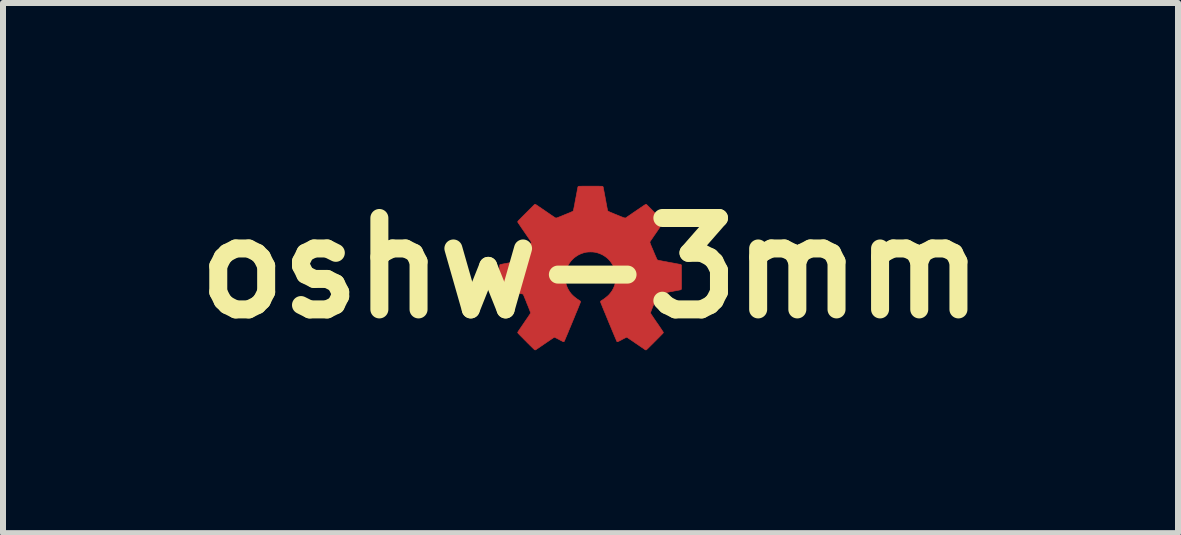
<source format=kicad_pcb>
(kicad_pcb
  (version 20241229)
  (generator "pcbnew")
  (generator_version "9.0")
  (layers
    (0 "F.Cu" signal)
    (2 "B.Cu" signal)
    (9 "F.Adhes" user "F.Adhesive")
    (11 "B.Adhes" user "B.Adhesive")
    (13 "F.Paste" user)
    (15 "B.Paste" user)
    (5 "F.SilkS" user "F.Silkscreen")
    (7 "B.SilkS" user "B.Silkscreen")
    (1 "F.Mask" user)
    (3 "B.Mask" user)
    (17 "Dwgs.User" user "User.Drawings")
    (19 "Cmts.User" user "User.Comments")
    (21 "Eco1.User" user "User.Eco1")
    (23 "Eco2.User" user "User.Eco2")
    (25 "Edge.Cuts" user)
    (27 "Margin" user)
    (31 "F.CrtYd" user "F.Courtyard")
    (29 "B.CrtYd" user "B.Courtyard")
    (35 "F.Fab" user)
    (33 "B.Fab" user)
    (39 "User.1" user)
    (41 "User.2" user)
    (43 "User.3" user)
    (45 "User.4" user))
  (footprint "oshw-3mm"
    (layer "F.Cu")
    (at 6.793 1.418)
    (property "Reference" "oshw-3mm" (at 0 0 0) (layer "F.SilkS") (effects (font (size 1.524 1.524) (thickness 0.3))))
    (attr through_hole)
    (fp_poly (pts (xy 0.032 -1.365) (xy 0.06 -1.365) (xy 0.084 -1.365) (xy 0.106 -1.365) (xy 0.124 -1.365) (xy 0.14 -1.365) (xy 0.154 -1.364) (xy 0.165 -1.364) (xy 0.174 -1.364) (xy 0.182 -1.364) (xy 0.188 -1.364) (xy 0.192 -1.363) (xy 0.196 -1.363) (xy 0.198 -1.363) (xy 0.2 -1.362) (xy 0.201 -1.362) (xy 0.202 -1.361) (xy 0.207 -1.357) (xy 0.21 -1.352) (xy 0.21 -1.352) (xy 0.211 -1.35) (xy 0.212 -1.344) (xy 0.214 -1.334) (xy 0.216 -1.322) (xy 0.219 -1.307) (xy 0.222 -1.29) (xy 0.226 -1.27) (xy 0.23 -1.249) (xy 0.234 -1.226) (xy 0.239 -1.201) (xy 0.244 -1.176) (xy 0.246 -1.162) (xy 0.251 -1.136) (xy 0.256 -1.111) (xy 0.26 -1.086) (xy 0.265 -1.064) (xy 0.268 -1.043) (xy 0.272 -1.024) (xy 0.275 -1.007) (xy 0.278 -0.993) (xy 0.28 -0.982) (xy 0.281 -0.973) (xy 0.282 -0.968) (xy 0.283 -0.967) (xy 0.283 -0.964) (xy 0.284 -0.961) (xy 0.285 -0.958) (xy 0.286 -0.955) (xy 0.288 -0.953) (xy 0.291 -0.95) (xy 0.296 -0.947) (xy 0.301 -0.944) (xy 0.308 -0.94) (xy 0.318 -0.936) (xy 0.329 -0.931) (xy 0.342 -0.925) (xy 0.358 -0.919) (xy 0.377 -0.911) (xy 0.398 -0.902) (xy 0.423 -0.892) (xy 0.431 -0.889) (xy 0.457 -0.878) (xy 0.48 -0.869) (xy 0.499 -0.861) (xy 0.516 -0.854) (xy 0.53 -0.849) (xy 0.543 -0.844) (xy 0.553 -0.84) (xy 0.561 -0.838) (xy 0.568 -0.836) (xy 0.573 -0.835) (xy 0.578 -0.834) (xy 0.582 -0.835) (xy 0.585 -0.836) (xy 0.588 -0.837) (xy 0.591 -0.839) (xy 0.594 -0.841) (xy 0.596 -0.843) (xy 0.6 -0.845) (xy 0.606 -0.849) (xy 0.615 -0.856) (xy 0.626 -0.863) (xy 0.64 -0.873) (xy 0.655 -0.883) (xy 0.673 -0.895) (xy 0.691 -0.908) (xy 0.711 -0.922) (xy 0.732 -0.936) (xy 0.754 -0.951) (xy 0.762 -0.957) (xy 0.788 -0.974) (xy 0.81 -0.989) (xy 0.83 -1.003) (xy 0.847 -1.014) (xy 0.862 -1.024) (xy 0.874 -1.033) (xy 0.885 -1.04) (xy 0.894 -1.046) (xy 0.901 -1.051) (xy 0.907 -1.054) (xy 0.911 -1.057) (xy 0.915 -1.059) (xy 0.918 -1.06) (xy 0.92 -1.061) (xy 0.922 -1.061) (xy 0.923 -1.061) (xy 0.923 -1.061) (xy 0.932 -1.061) (xy 1.072 -0.921) (xy 1.095 -0.898) (xy 1.115 -0.878) (xy 1.132 -0.861) (xy 1.148 -0.845) (xy 1.161 -0.832) (xy 1.172 -0.82) (xy 1.182 -0.811) (xy 1.19 -0.803) (xy 1.196 -0.796) (xy 1.201 -0.79) (xy 1.205 -0.786) (xy 1.208 -0.782) (xy 1.21 -0.78) (xy 1.212 -0.777) (xy 1.213 -0.776) (xy 1.213 -0.774) (xy 1.213 -0.773) (xy 1.213 -0.772) (xy 1.212 -0.766) (xy 1.21 -0.76) (xy 1.21 -0.759) (xy 1.208 -0.757) (xy 1.204 -0.751) (xy 1.199 -0.743) (xy 1.192 -0.733) (xy 1.183 -0.72) (xy 1.173 -0.706) (xy 1.162 -0.69) (xy 1.15 -0.672) (xy 1.137 -0.653) (xy 1.123 -0.632) (xy 1.109 -0.611) (xy 1.107 -0.608) (xy 1.092 -0.587) (xy 1.078 -0.566) (xy 1.064 -0.547) (xy 1.051 -0.528) (xy 1.04 -0.511) (xy 1.029 -0.495) (xy 1.02 -0.482) (xy 1.012 -0.47) (xy 1.005 -0.461) (xy 1.001 -0.454) (xy 0.998 -0.451) (xy 0.998 -0.45) (xy 0.996 -0.447) (xy 0.994 -0.444) (xy 0.992 -0.441) (xy 0.991 -0.438) (xy 0.99 -0.435) (xy 0.99 -0.431) (xy 0.99 -0.426) (xy 0.992 -0.42) (xy 0.994 -0.413) (xy 0.997 -0.405) (xy 1.001 -0.394) (xy 1.006 -0.382) (xy 1.012 -0.367) (xy 1.019 -0.35) (xy 1.028 -0.33) (xy 1.038 -0.307) (xy 1.047 -0.285) (xy 1.056 -0.263) (xy 1.065 -0.243) (xy 1.073 -0.223) (xy 1.081 -0.205) (xy 1.088 -0.189) (xy 1.094 -0.175) (xy 1.099 -0.163) (xy 1.103 -0.154) (xy 1.106 -0.148) (xy 1.108 -0.145) (xy 1.108 -0.144) (xy 1.111 -0.139) (xy 1.116 -0.135) (xy 1.116 -0.135) (xy 1.117 -0.134) (xy 1.118 -0.133) (xy 1.119 -0.133) (xy 1.121 -0.132) (xy 1.123 -0.132) (xy 1.126 -0.131) (xy 1.129 -0.13) (xy 1.134 -0.129) (xy 1.141 -0.127) (xy 1.149 -0.126) (xy 1.159 -0.124) (xy 1.171 -0.122) (xy 1.185 -0.119) (xy 1.201 -0.116) (xy 1.22 -0.112) (xy 1.242 -0.108) (xy 1.267 -0.104) (xy 1.296 -0.098) (xy 1.327 -0.092) (xy 1.345 -0.089) (xy 1.368 -0.085) (xy 1.39 -0.081) (xy 1.411 -0.077) (xy 1.43 -0.073) (xy 1.448 -0.07) (xy 1.463 -0.067) (xy 1.476 -0.065) (xy 1.487 -0.063) (xy 1.494 -0.061) (xy 1.497 -0.061) (xy 1.498 -0.061) (xy 1.504 -0.058) (xy 1.51 -0.055) (xy 1.511 -0.054) (xy 1.515 -0.049) (xy 1.516 0.149) (xy 1.516 0.181) (xy 1.516 0.209) (xy 1.516 0.234) (xy 1.516 0.256) (xy 1.516 0.275) (xy 1.516 0.291) (xy 1.516 0.304) (xy 1.516 0.316) (xy 1.516 0.325) (xy 1.516 0.333) (xy 1.515 0.339) (xy 1.515 0.343) (xy 1.515 0.347) (xy 1.514 0.349) (xy 1.514 0.351) (xy 1.513 0.352) (xy 1.513 0.354) (xy 1.513 0.354) (xy 1.508 0.359) (xy 1.503 0.362) (xy 1.5 0.362) (xy 1.494 0.364) (xy 1.484 0.366) (xy 1.472 0.368) (xy 1.458 0.371) (xy 1.441 0.374) (xy 1.422 0.378) (xy 1.403 0.381) (xy 1.382 0.385) (xy 1.373 0.387) (xy 1.339 0.393) (xy 1.308 0.399) (xy 1.28 0.404) (xy 1.255 0.409) (xy 1.234 0.413) (xy 1.215 0.416) (xy 1.198 0.419) (xy 1.184 0.422) (xy 1.173 0.424) (xy 1.163 0.426) (xy 1.155 0.428) (xy 1.148 0.429) (xy 1.143 0.43) (xy 1.139 0.431) (xy 1.136 0.431) (xy 1.134 0.432) (xy 1.133 0.432) (xy 1.132 0.432) (xy 1.127 0.435) (xy 1.122 0.44) (xy 1.121 0.44) (xy 1.12 0.442) (xy 1.117 0.448) (xy 1.114 0.457) (xy 1.109 0.469) (xy 1.103 0.483) (xy 1.096 0.499) (xy 1.088 0.518) (xy 1.08 0.538) (xy 1.071 0.559) (xy 1.062 0.582) (xy 1.058 0.594) (xy 1.047 0.62) (xy 1.038 0.643) (xy 1.03 0.663) (xy 1.023 0.68) (xy 1.017 0.694) (xy 1.013 0.707) (xy 1.009 0.717) (xy 1.006 0.725) (xy 1.004 0.731) (xy 1.002 0.737) (xy 1.001 0.741) (xy 1 0.744) (xy 1 0.746) (xy 1 0.748) (xy 1 0.749) (xy 1 0.75) (xy 1.001 0.753) (xy 1.002 0.756) (xy 1.005 0.76) (xy 1.009 0.766) (xy 1.013 0.774) (xy 1.019 0.783) (xy 1.027 0.794) (xy 1.036 0.807) (xy 1.046 0.823) (xy 1.058 0.841) (xy 1.072 0.861) (xy 1.088 0.885) (xy 1.106 0.911) (xy 1.107 0.912) (xy 1.122 0.933) (xy 1.136 0.954) (xy 1.15 0.974) (xy 1.162 0.993) (xy 1.174 1.01) (xy 1.184 1.025) (xy 1.193 1.039) (xy 1.2 1.05) (xy 1.206 1.059) (xy 1.21 1.065) (xy 1.212 1.069) (xy 1.213 1.07) (xy 1.213 1.076) (xy 1.212 1.08) (xy 1.211 1.082) (xy 1.207 1.087) (xy 1.201 1.094) (xy 1.192 1.103) (xy 1.18 1.115) (xy 1.166 1.129) (xy 1.15 1.146) (xy 1.131 1.165) (xy 1.109 1.187) (xy 1.085 1.212) (xy 1.074 1.222) (xy 1.055 1.241) (xy 1.037 1.26) (xy 1.019 1.277) (xy 1.003 1.293) (xy 0.988 1.308) (xy 0.974 1.322) (xy 0.962 1.334) (xy 0.952 1.344) (xy 0.943 1.352) (xy 0.937 1.358) (xy 0.933 1.361) (xy 0.932 1.362) (xy 0.925 1.365) (xy 0.917 1.364) (xy 0.908 1.36) (xy 0.907 1.358) (xy 0.904 1.356) (xy 0.898 1.353) (xy 0.89 1.347) (xy 0.879 1.339) (xy 0.866 1.33) (xy 0.851 1.32) (xy 0.834 1.309) (xy 0.816 1.296) (xy 0.797 1.283) (xy 0.777 1.269) (xy 0.758 1.257) (xy 0.737 1.242) (xy 0.718 1.229) (xy 0.699 1.216) (xy 0.681 1.204) (xy 0.665 1.193) (xy 0.65 1.183) (xy 0.638 1.175) (xy 0.627 1.168) (xy 0.62 1.162) (xy 0.614 1.159) (xy 0.612 1.158) (xy 0.603 1.155) (xy 0.599 1.155) (xy 0.595 1.156) (xy 0.588 1.159) (xy 0.579 1.164) (xy 0.567 1.169) (xy 0.553 1.177) (xy 0.536 1.185) (xy 0.524 1.192) (xy 0.506 1.202) (xy 0.491 1.209) (xy 0.479 1.216) (xy 0.469 1.22) (xy 0.461 1.224) (xy 0.455 1.226) (xy 0.45 1.228) (xy 0.447 1.228) (xy 0.444 1.227) (xy 0.442 1.226) (xy 0.44 1.225) (xy 0.439 1.223) (xy 0.436 1.217) (xy 0.432 1.208) (xy 0.427 1.196) (xy 0.421 1.181) (xy 0.413 1.163) (xy 0.404 1.142) (xy 0.394 1.118) (xy 0.383 1.092) (xy 0.371 1.063) (xy 0.358 1.032) (xy 0.344 0.998) (xy 0.329 0.962) (xy 0.313 0.924) (xy 0.3 0.893) (xy 0.284 0.853) (xy 0.269 0.817) (xy 0.255 0.783) (xy 0.243 0.753) (xy 0.231 0.726) (xy 0.221 0.701) (xy 0.212 0.679) (xy 0.204 0.66) (xy 0.197 0.642) (xy 0.191 0.627) (xy 0.186 0.614) (xy 0.181 0.603) (xy 0.177 0.593) (xy 0.174 0.585) (xy 0.172 0.579) (xy 0.17 0.573) (xy 0.168 0.569) (xy 0.167 0.566) (xy 0.167 0.563) (xy 0.167 0.561) (xy 0.166 0.56) (xy 0.167 0.559) (xy 0.167 0.558) (xy 0.169 0.554) (xy 0.171 0.55) (xy 0.176 0.547) (xy 0.182 0.542) (xy 0.191 0.536) (xy 0.192 0.536) (xy 0.201 0.53) (xy 0.211 0.524) (xy 0.22 0.518) (xy 0.221 0.517) (xy 0.228 0.511) (xy 0.237 0.505) (xy 0.246 0.498) (xy 0.252 0.493) (xy 0.283 0.468) (xy 0.312 0.44) (xy 0.337 0.409) (xy 0.36 0.377) (xy 0.364 0.369) (xy 0.382 0.337) (xy 0.396 0.303) (xy 0.408 0.267) (xy 0.417 0.23) (xy 0.421 0.203) (xy 0.422 0.189) (xy 0.423 0.172) (xy 0.423 0.154) (xy 0.422 0.136) (xy 0.421 0.118) (xy 0.42 0.102) (xy 0.419 0.093) (xy 0.411 0.054) (xy 0.4 0.016) (xy 0.386 -0.021) (xy 0.368 -0.055) (xy 0.347 -0.088) (xy 0.324 -0.119) (xy 0.298 -0.148) (xy 0.269 -0.174) (xy 0.237 -0.197) (xy 0.203 -0.218) (xy 0.187 -0.226) (xy 0.151 -0.242) (xy 0.115 -0.254) (xy 0.078 -0.263) (xy 0.039 -0.268) (xy 0 -0.269) (xy -0.034 -0.268) (xy -0.066 -0.265) (xy -0.097 -0.259) (xy -0.128 -0.25) (xy -0.133 -0.248) (xy -0.17 -0.234) (xy -0.205 -0.217) (xy -0.238 -0.196) (xy -0.27 -0.173) (xy -0.298 -0.147) (xy -0.325 -0.118) (xy -0.348 -0.088) (xy -0.369 -0.055) (xy -0.386 -0.02) (xy -0.401 0.017) (xy -0.401 0.018) (xy -0.409 0.045) (xy -0.416 0.072) (xy -0.42 0.098) (xy -0.422 0.126) (xy -0.423 0.155) (xy -0.422 0.184) (xy -0.42 0.21) (xy -0.416 0.235) (xy -0.41 0.261) (xy -0.402 0.286) (xy -0.388 0.324) (xy -0.37 0.359) (xy -0.349 0.393) (xy -0.326 0.424) (xy -0.299 0.453) (xy -0.269 0.48) (xy -0.252 0.493) (xy -0.244 0.5) (xy -0.235 0.506) (xy -0.228 0.512) (xy -0.224 0.515) (xy -0.217 0.519) (xy -0.209 0.525) (xy -0.2 0.53) (xy -0.195 0.534) (xy -0.185 0.54) (xy -0.178 0.545) (xy -0.173 0.549) (xy -0.17 0.552) (xy -0.168 0.556) (xy -0.167 0.558) (xy -0.167 0.559) (xy -0.166 0.561) (xy -0.167 0.562) (xy -0.167 0.564) (xy -0.168 0.567) (xy -0.169 0.571) (xy -0.171 0.576) (xy -0.173 0.582) (xy -0.176 0.589) (xy -0.179 0.598) (xy -0.183 0.608) (xy -0.188 0.62) (xy -0.194 0.634) (xy -0.2 0.651) (xy -0.208 0.669) (xy -0.216 0.69) (xy -0.226 0.713) (xy -0.237 0.739) (xy -0.249 0.768) (xy -0.262 0.8) (xy -0.276 0.835) (xy -0.292 0.873) (xy -0.3 0.893) (xy -0.317 0.933) (xy -0.332 0.97) (xy -0.347 1.005) (xy -0.361 1.038) (xy -0.373 1.069) (xy -0.385 1.097) (xy -0.396 1.123) (xy -0.406 1.146) (xy -0.414 1.166) (xy -0.422 1.184) (xy -0.428 1.199) (xy -0.433 1.21) (xy -0.437 1.218) (xy -0.439 1.223) (xy -0.44 1.225) (xy -0.445 1.227) (xy -0.45 1.228) (xy -0.453 1.227) (xy -0.46 1.225) (xy -0.47 1.22) (xy -0.483 1.213) (xy -0.499 1.205) (xy -0.518 1.195) (xy -0.523 1.192) (xy -0.538 1.184) (xy -0.552 1.177) (xy -0.565 1.17) (xy -0.576 1.165) (xy -0.585 1.16) (xy -0.592 1.157) (xy -0.596 1.155) (xy -0.597 1.155) (xy -0.603 1.155) (xy -0.608 1.156) (xy -0.611 1.157) (xy -0.616 1.161) (xy -0.624 1.166) (xy -0.634 1.173) (xy -0.647 1.181) (xy -0.661 1.191) (xy -0.678 1.202) (xy -0.695 1.214) (xy -0.714 1.227) (xy -0.734 1.24) (xy -0.752 1.253) (xy -0.773 1.267) (xy -0.793 1.281) (xy -0.812 1.294) (xy -0.83 1.306) (xy -0.847 1.318) (xy -0.862 1.328) (xy -0.875 1.337) (xy -0.886 1.344) (xy -0.895 1.35) (xy -0.9 1.354) (xy -0.903 1.356) (xy -0.912 1.362) (xy -0.919 1.364) (xy -0.926 1.364) (xy -0.932 1.362) (xy -0.934 1.361) (xy -0.936 1.359) (xy -0.94 1.355) (xy -0.947 1.348) (xy -0.956 1.34) (xy -0.967 1.329) (xy -0.98 1.316) (xy -0.994 1.302) (xy -1.01 1.287) (xy -1.026 1.27) (xy -1.044 1.253) (xy -1.063 1.234) (xy -1.075 1.221) (xy -1.101 1.196) (xy -1.123 1.173) (xy -1.143 1.153) (xy -1.161 1.135) (xy -1.176 1.12) (xy -1.188 1.107) (xy -1.198 1.097) (xy -1.205 1.089) (xy -1.21 1.083) (xy -1.212 1.08) (xy -1.212 1.08) (xy -1.213 1.074) (xy -1.213 1.07) (xy -1.212 1.067) (xy -1.208 1.062) (xy -1.203 1.054) (xy -1.197 1.044) (xy -1.188 1.031) (xy -1.179 1.017) (xy -1.168 1.001) (xy -1.155 0.983) (xy -1.142 0.963) (xy -1.128 0.943) (xy -1.114 0.922) (xy -1.107 0.912) (xy -1.089 0.885) (xy -1.073 0.862) (xy -1.059 0.841) (xy -1.046 0.823) (xy -1.036 0.808) (xy -1.027 0.794) (xy -1.019 0.783) (xy -1.013 0.774) (xy -1.009 0.766) (xy -1.005 0.76) (xy -1.002 0.756) (xy -1.001 0.753) (xy -1 0.751) (xy -1 0.75) (xy -1 0.749) (xy -1 0.747) (xy -1 0.745) (xy -1 0.743) (xy -1.001 0.74) (xy -1.002 0.735) (xy -1.004 0.73) (xy -1.007 0.723) (xy -1.01 0.714) (xy -1.014 0.703) (xy -1.019 0.691) (xy -1.025 0.675) (xy -1.032 0.657) (xy -1.04 0.637) (xy -1.05 0.613) (xy -1.058 0.594) (xy -1.067 0.571) (xy -1.075 0.549) (xy -1.084 0.529) (xy -1.091 0.51) (xy -1.099 0.493) (xy -1.105 0.477) (xy -1.11 0.464) (xy -1.115 0.454) (xy -1.118 0.446) (xy -1.12 0.442) (xy -1.121 0.441) (xy -1.125 0.436) (xy -1.131 0.433) (xy -1.133 0.432) (xy -1.139 0.431) (xy -1.149 0.429) (xy -1.161 0.427) (xy -1.176 0.424) (xy -1.193 0.42) (xy -1.213 0.417) (xy -1.234 0.413) (xy -1.257 0.408) (xy -1.281 0.404) (xy -1.307 0.399) (xy -1.316 0.397) (xy -1.342 0.392) (xy -1.367 0.388) (xy -1.39 0.383) (xy -1.412 0.379) (xy -1.433 0.375) (xy -1.451 0.372) (xy -1.467 0.369) (xy -1.48 0.366) (xy -1.491 0.364) (xy -1.498 0.363) (xy -1.502 0.362) (xy -1.503 0.362) (xy -1.509 0.358) (xy -1.513 0.354) (xy -1.513 0.353) (xy -1.514 0.351) (xy -1.514 0.35) (xy -1.515 0.347) (xy -1.515 0.344) (xy -1.515 0.34) (xy -1.516 0.334) (xy -1.516 0.327) (xy -1.516 0.318) (xy -1.516 0.307) (xy -1.516 0.294) (xy -1.516 0.279) (xy -1.516 0.26) (xy -1.516 0.239) (xy -1.516 0.215) (xy -1.516 0.188) (xy -1.516 0.157) (xy -1.516 0.149) (xy -1.515 -0.049) (xy -1.511 -0.054) (xy -1.51 -0.055) (xy -1.51 -0.055) (xy -1.509 -0.056) (xy -1.509 -0.057) (xy -1.508 -0.057) (xy -1.506 -0.058) (xy -1.503 -0.059) (xy -1.5 -0.06) (xy -1.495 -0.061) (xy -1.488 -0.062) (xy -1.48 -0.064) (xy -1.47 -0.066) (xy -1.458 -0.068) (xy -1.444 -0.071) (xy -1.427 -0.074) (xy -1.407 -0.077) (xy -1.385 -0.082) (xy -1.359 -0.086) (xy -1.33 -0.092) (xy -1.305 -0.097) (xy -1.274 -0.102) (xy -1.247 -0.107) (xy -1.223 -0.112) (xy -1.202 -0.116) (xy -1.184 -0.119) (xy -1.168 -0.122) (xy -1.155 -0.125) (xy -1.144 -0.127) (xy -1.135 -0.129) (xy -1.128 -0.131) (xy -1.123 -0.133) (xy -1.118 -0.134) (xy -1.115 -0.136) (xy -1.113 -0.137) (xy -1.111 -0.139) (xy -1.11 -0.141) (xy -1.109 -0.142) (xy -1.108 -0.144) (xy -1.108 -0.144) (xy -1.107 -0.147) (xy -1.104 -0.153) (xy -1.1 -0.162) (xy -1.095 -0.173) (xy -1.089 -0.187) (xy -1.082 -0.203) (xy -1.075 -0.22) (xy -1.067 -0.239) (xy -1.058 -0.26) (xy -1.049 -0.281) (xy -1.047 -0.285) (xy -1.036 -0.311) (xy -1.026 -0.333) (xy -1.018 -0.353) (xy -1.011 -0.37) (xy -1.005 -0.384) (xy -1 -0.396) (xy -0.996 -0.406) (xy -0.993 -0.415) (xy -0.991 -0.421) (xy -0.99 -0.427) (xy -0.99 -0.432) (xy -0.99 -0.435) (xy -0.991 -0.438) (xy -0.992 -0.441) (xy -0.994 -0.444) (xy -0.996 -0.447) (xy -0.998 -0.45) (xy -1.001 -0.454) (xy -1.005 -0.46) (xy -1.011 -0.469) (xy -1.019 -0.481) (xy -1.028 -0.494) (xy -1.039 -0.51) (xy -1.051 -0.527) (xy -1.063 -0.545) (xy -1.077 -0.565) (xy -1.091 -0.586) (xy -1.106 -0.607) (xy -1.108 -0.61) (xy -1.123 -0.632) (xy -1.137 -0.652) (xy -1.15 -0.671) (xy -1.162 -0.689) (xy -1.173 -0.706) (xy -1.184 -0.721) (xy -1.192 -0.734) (xy -1.2 -0.744) (xy -1.205 -0.753) (xy -1.209 -0.758) (xy -1.211 -0.761) (xy -1.211 -0.761) (xy -1.212 -0.766) (xy -1.213 -0.772) (xy -1.213 -0.773) (xy -1.213 -0.774) (xy -1.213 -0.775) (xy -1.212 -0.777) (xy -1.211 -0.779) (xy -1.209 -0.781) (xy -1.206 -0.785) (xy -1.203 -0.789) (xy -1.198 -0.794) (xy -1.192 -0.8) (xy -1.184 -0.808) (xy -1.175 -0.817) (xy -1.164 -0.828) (xy -1.152 -0.841) (xy -1.137 -0.856) (xy -1.12 -0.873) (xy -1.101 -0.892) (xy -1.079 -0.914) (xy -0.932 -1.061) (xy -0.923 -1.061) (xy -0.922 -1.062) (xy -0.921 -1.062) (xy -0.921 -1.062) (xy -0.92 -1.062) (xy -0.919 -1.061) (xy -0.917 -1.061) (xy -0.915 -1.06) (xy -0.912 -1.058) (xy -0.908 -1.056) (xy -0.904 -1.053) (xy -0.898 -1.049) (xy -0.891 -1.044) (xy -0.882 -1.039) (xy -0.872 -1.032) (xy -0.86 -1.023) (xy -0.846 -1.014) (xy -0.829 -1.003) (xy -0.811 -0.99) (xy -0.79 -0.976) (xy -0.767 -0.96) (xy -0.741 -0.942) (xy -0.712 -0.922) (xy -0.687 -0.905) (xy -0.667 -0.891) (xy -0.649 -0.879) (xy -0.634 -0.869) (xy -0.621 -0.86) (xy -0.611 -0.853) (xy -0.602 -0.848) (xy -0.595 -0.843) (xy -0.59 -0.84) (xy -0.586 -0.837) (xy -0.582 -0.836) (xy -0.58 -0.835) (xy -0.578 -0.834) (xy -0.576 -0.834) (xy -0.574 -0.834) (xy -0.572 -0.834) (xy -0.569 -0.835) (xy -0.565 -0.836) (xy -0.559 -0.838) (xy -0.553 -0.84) (xy -0.544 -0.843) (xy -0.534 -0.847) (xy -0.521 -0.852) (xy -0.506 -0.858) (xy -0.488 -0.865) (xy -0.467 -0.874) (xy -0.443 -0.884) (xy -0.433 -0.888) (xy -0.411 -0.897) (xy -0.391 -0.905) (xy -0.372 -0.913) (xy -0.354 -0.92) (xy -0.338 -0.927) (xy -0.324 -0.933) (xy -0.313 -0.938) (xy -0.304 -0.942) (xy -0.298 -0.944) (xy -0.296 -0.945) (xy -0.296 -0.946) (xy -0.294 -0.947) (xy -0.293 -0.948) (xy -0.291 -0.95) (xy -0.29 -0.952) (xy -0.288 -0.954) (xy -0.287 -0.958) (xy -0.286 -0.962) (xy -0.284 -0.968) (xy -0.282 -0.976) (xy -0.28 -0.985) (xy -0.278 -0.996) (xy -0.275 -1.01) (xy -0.272 -1.025) (xy -0.268 -1.044) (xy -0.264 -1.065) (xy -0.26 -1.089) (xy -0.255 -1.117) (xy -0.249 -1.148) (xy -0.248 -1.153) (xy -0.243 -1.179) (xy -0.238 -1.205) (xy -0.234 -1.229) (xy -0.229 -1.252) (xy -0.225 -1.274) (xy -0.222 -1.293) (xy -0.219 -1.31) (xy -0.216 -1.324) (xy -0.213 -1.336) (xy -0.212 -1.345) (xy -0.21 -1.35) (xy -0.21 -1.352) (xy -0.207 -1.357) (xy -0.202 -1.361) (xy -0.202 -1.361) (xy -0.201 -1.362) (xy -0.2 -1.362) (xy -0.198 -1.363) (xy -0.195 -1.363) (xy -0.192 -1.363) (xy -0.187 -1.364) (xy -0.181 -1.364) (xy -0.174 -1.364) (xy -0.164 -1.364) (xy -0.153 -1.364) (xy -0.139 -1.365) (xy -0.123 -1.365) (xy -0.104 -1.365) (xy -0.082 -1.365) (xy -0.057 -1.365) (xy -0.029 -1.365) (xy 0 -1.365) (xy 0.032 -1.365)) (stroke (width 0.01) (type solid)) (fill yes) (layer "F.Cu")))
  (gr_rect
    (start -3 -3)
    (end 16.585 5.836)
    (stroke (width 0.1) (type default))
    (fill no)
    (layer "Edge.Cuts")))
</source>
